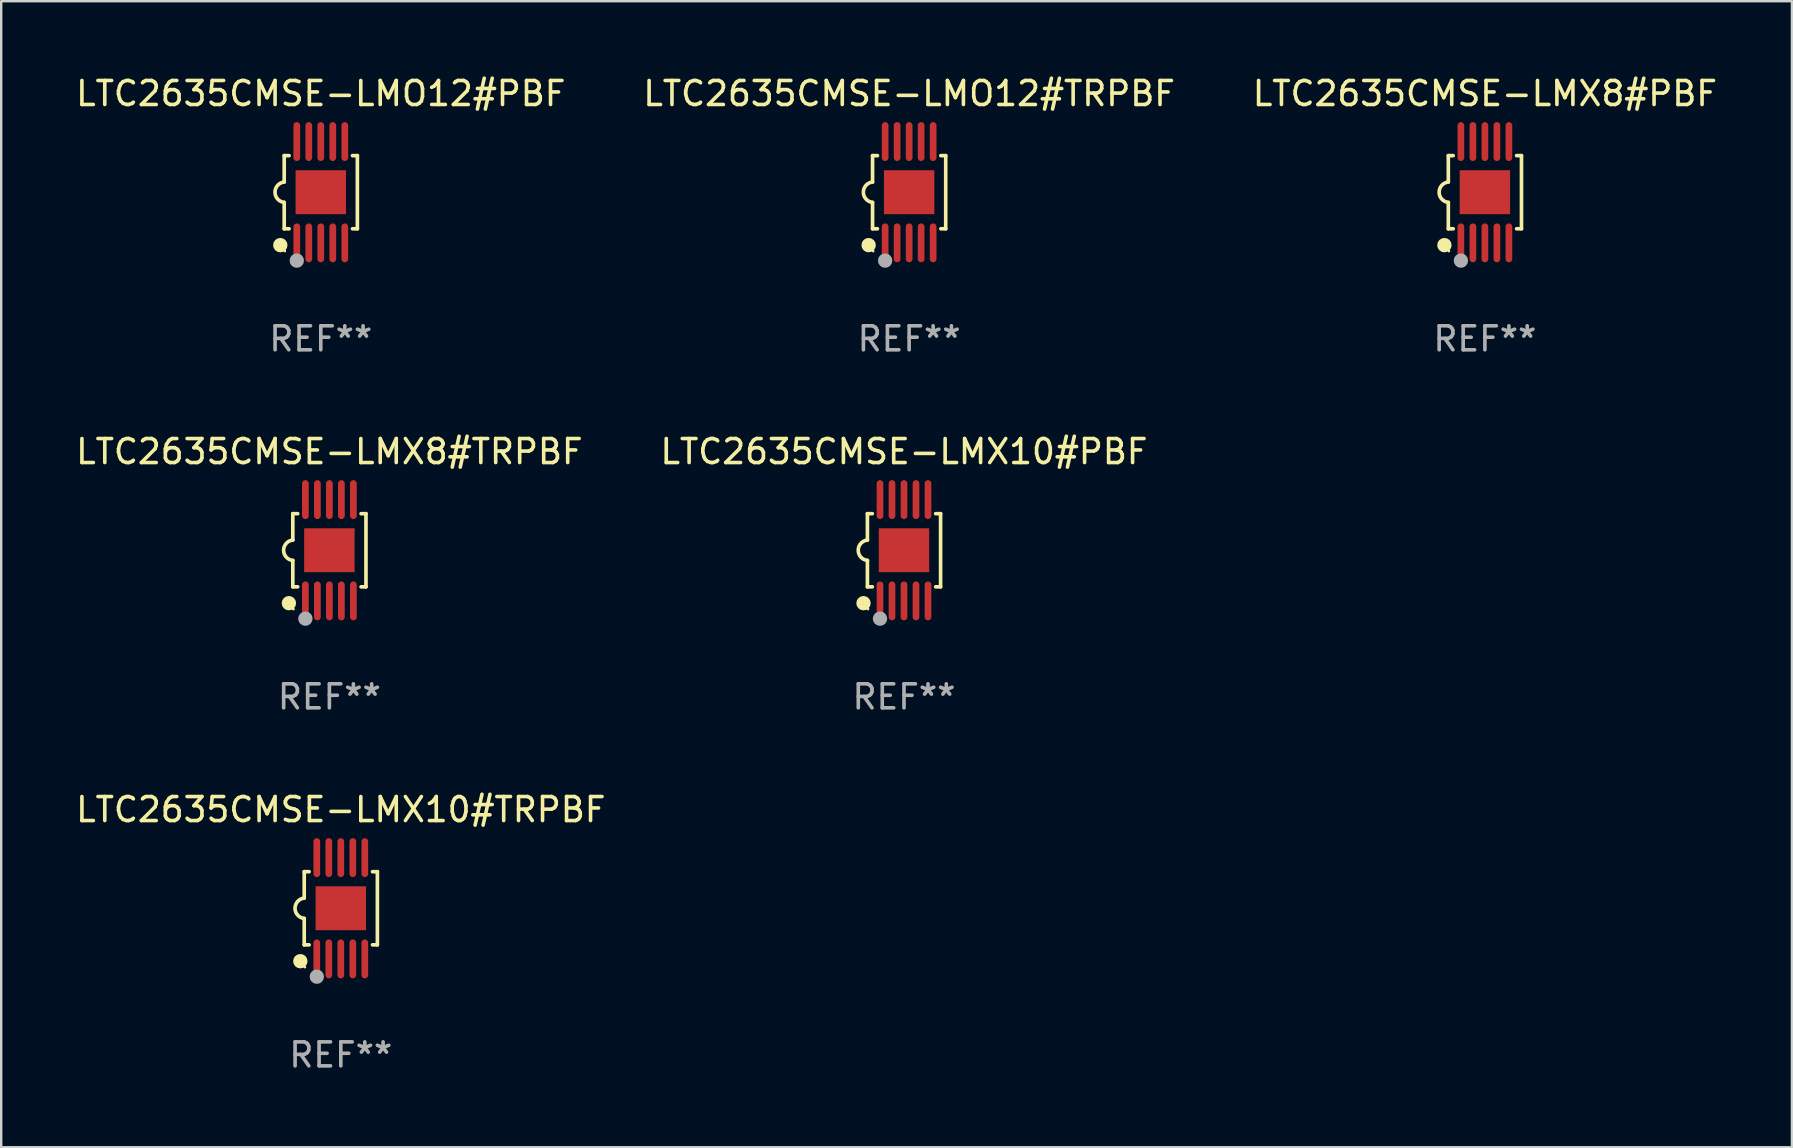
<source format=kicad_pcb>
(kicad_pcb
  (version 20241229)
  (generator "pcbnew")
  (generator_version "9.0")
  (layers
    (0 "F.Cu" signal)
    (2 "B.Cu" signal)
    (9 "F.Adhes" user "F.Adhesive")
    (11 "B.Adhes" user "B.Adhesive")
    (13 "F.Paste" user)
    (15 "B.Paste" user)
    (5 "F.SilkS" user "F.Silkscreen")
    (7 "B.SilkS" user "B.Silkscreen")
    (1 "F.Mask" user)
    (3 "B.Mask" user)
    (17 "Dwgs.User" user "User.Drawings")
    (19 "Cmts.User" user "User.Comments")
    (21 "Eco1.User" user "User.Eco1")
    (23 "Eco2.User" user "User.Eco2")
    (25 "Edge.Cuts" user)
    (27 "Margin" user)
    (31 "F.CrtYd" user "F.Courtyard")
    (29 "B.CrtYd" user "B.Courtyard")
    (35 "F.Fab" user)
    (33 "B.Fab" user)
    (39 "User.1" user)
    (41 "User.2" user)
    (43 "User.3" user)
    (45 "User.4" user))
  (footprint "LTC2635CMSE-LMX8#TRPBF"
    (layer "F.Cu")
    (at 10.673 19.875)
    (property "Reference" "LTC2635CMSE-LMX8#TRPBF" (at 0 -4.11 0) (layer "F.SilkS") (effects (font (size 1 1) (thickness 0.15))))
    (attr through_hole)
    (fp_line (start -1.524 -1.524) (end -1.524 -0.424) (stroke (width 0.152) (type solid)) (layer "F.SilkS"))
    (fp_line (start -1.524 1.524) (end -1.524 0.424) (stroke (width 0.152) (type solid)) (layer "F.SilkS"))
    (fp_line (start -1.524 1.524) (end -1.32 1.524) (stroke (width 0.152) (type solid)) (layer "F.SilkS"))
    (fp_line (start -1.32 -1.524) (end -1.524 -1.524) (stroke (width 0.152) (type solid)) (layer "F.SilkS"))
    (fp_line (start 1.32 1.524) (end 1.524 1.524) (stroke (width 0.152) (type solid)) (layer "F.SilkS"))
    (fp_line (start 1.524 -1.524) (end 1.32 -1.524) (stroke (width 0.152) (type solid)) (layer "F.SilkS"))
    (fp_line (start 1.524 1.524) (end 1.524 -1.524) (stroke (width 0.152) (type solid)) (layer "F.SilkS"))
    (fp_arc (start -1.524003 0.424003) (mid -1.906663 -0.000089) (end -1.524004 -0.424181) (stroke (width 0.151994) (type solid)) (layer "F.SilkS"))
    (fp_circle (center -1.687 2.205) (end -1.537 2.205) (stroke (width 0.3) (type solid)) (fill no) (layer "F.SilkS"))
    (fp_circle (center -1.5 2.45) (end -1.47 2.45) (stroke (width 0.06) (type solid)) (fill no) (layer "F.SilkS"))
    (fp_circle (center -1 2.85) (end -0.85 2.85) (stroke (width 0.3) (type solid)) (fill no) (layer "F.Fab"))
    (fp_text user "REF**" (at 0 6.11 0) (layer "F.Fab") (effects (font (size 1 1) (thickness 0.15))))
    (pad "1" smd oval (at -1 2.11) (size 0.28 1.62) (layers "F.Cu" "F.Mask" "F.Paste"))
    (pad "2" smd oval (at -0.5 2.11) (size 0.28 1.62) (layers "F.Cu" "F.Mask" "F.Paste"))
    (pad "3" smd oval (at 0 2.11) (size 0.28 1.62) (layers "F.Cu" "F.Mask" "F.Paste"))
    (pad "4" smd oval (at 0.5 2.11) (size 0.28 1.62) (layers "F.Cu" "F.Mask" "F.Paste"))
    (pad "5" smd oval (at 1 2.11) (size 0.28 1.62) (layers "F.Cu" "F.Mask" "F.Paste"))
    (pad "6" smd oval (at 1 -2.11) (size 0.28 1.62) (layers "F.Cu" "F.Mask" "F.Paste"))
    (pad "7" smd oval (at 0.5 -2.11) (size 0.28 1.62) (layers "F.Cu" "F.Mask" "F.Paste"))
    (pad "8" smd oval (at 0 -2.11) (size 0.28 1.62) (layers "F.Cu" "F.Mask" "F.Paste"))
    (pad "9" smd oval (at -0.5 -2.11) (size 0.28 1.62) (layers "F.Cu" "F.Mask" "F.Paste"))
    (pad "10" smd oval (at -1 -2.11) (size 0.28 1.62) (layers "F.Cu" "F.Mask" "F.Paste"))
    (pad "11" smd rect (at 0 0) (size 2.1 1.83) (layers "F.Cu" "F.Mask" "F.Paste")))
  (footprint "LTC2635CMSE-LMO12#TRPBF"
    (layer "F.Cu")
    (at 34.827 4.958)
    (property "Reference" "LTC2635CMSE-LMO12#TRPBF" (at 0 -4.11 0) (layer "F.SilkS") (effects (font (size 1 1) (thickness 0.15))))
    (attr through_hole)
    (fp_line (start -1.524 -1.524) (end -1.524 -0.424) (stroke (width 0.152) (type solid)) (layer "F.SilkS"))
    (fp_line (start -1.524 1.524) (end -1.524 0.424) (stroke (width 0.152) (type solid)) (layer "F.SilkS"))
    (fp_line (start -1.524 1.524) (end -1.32 1.524) (stroke (width 0.152) (type solid)) (layer "F.SilkS"))
    (fp_line (start -1.32 -1.524) (end -1.524 -1.524) (stroke (width 0.152) (type solid)) (layer "F.SilkS"))
    (fp_line (start 1.32 1.524) (end 1.524 1.524) (stroke (width 0.152) (type solid)) (layer "F.SilkS"))
    (fp_line (start 1.524 -1.524) (end 1.32 -1.524) (stroke (width 0.152) (type solid)) (layer "F.SilkS"))
    (fp_line (start 1.524 1.524) (end 1.524 -1.524) (stroke (width 0.152) (type solid)) (layer "F.SilkS"))
    (fp_arc (start -1.524003 0.424003) (mid -1.906663 -0.000089) (end -1.524004 -0.424181) (stroke (width 0.151994) (type solid)) (layer "F.SilkS"))
    (fp_circle (center -1.687 2.205) (end -1.537 2.205) (stroke (width 0.3) (type solid)) (fill no) (layer "F.SilkS"))
    (fp_circle (center -1.5 2.45) (end -1.47 2.45) (stroke (width 0.06) (type solid)) (fill no) (layer "F.SilkS"))
    (fp_circle (center -1 2.85) (end -0.85 2.85) (stroke (width 0.3) (type solid)) (fill no) (layer "F.Fab"))
    (fp_text user "REF**" (at 0 6.11 0) (layer "F.Fab") (effects (font (size 1 1) (thickness 0.15))))
    (pad "1" smd oval (at -1 2.11) (size 0.28 1.62) (layers "F.Cu" "F.Mask" "F.Paste"))
    (pad "2" smd oval (at -0.5 2.11) (size 0.28 1.62) (layers "F.Cu" "F.Mask" "F.Paste"))
    (pad "3" smd oval (at 0 2.11) (size 0.28 1.62) (layers "F.Cu" "F.Mask" "F.Paste"))
    (pad "4" smd oval (at 0.5 2.11) (size 0.28 1.62) (layers "F.Cu" "F.Mask" "F.Paste"))
    (pad "5" smd oval (at 1 2.11) (size 0.28 1.62) (layers "F.Cu" "F.Mask" "F.Paste"))
    (pad "6" smd oval (at 1 -2.11) (size 0.28 1.62) (layers "F.Cu" "F.Mask" "F.Paste"))
    (pad "7" smd oval (at 0.5 -2.11) (size 0.28 1.62) (layers "F.Cu" "F.Mask" "F.Paste"))
    (pad "8" smd oval (at 0 -2.11) (size 0.28 1.62) (layers "F.Cu" "F.Mask" "F.Paste"))
    (pad "9" smd oval (at -0.5 -2.11) (size 0.28 1.62) (layers "F.Cu" "F.Mask" "F.Paste"))
    (pad "10" smd oval (at -1 -2.11) (size 0.28 1.62) (layers "F.Cu" "F.Mask" "F.Paste"))
    (pad "11" smd rect (at 0 0) (size 2.1 1.83) (layers "F.Cu" "F.Mask" "F.Paste")))
  (footprint "LTC2635CMSE-LMX8#PBF"
    (layer "F.Cu")
    (at 58.815 4.958)
    (property "Reference" "LTC2635CMSE-LMX8#PBF" (at 0 -4.11 0) (layer "F.SilkS") (effects (font (size 1 1) (thickness 0.15))))
    (attr through_hole)
    (fp_line (start -1.524 -1.524) (end -1.524 -0.424) (stroke (width 0.152) (type solid)) (layer "F.SilkS"))
    (fp_line (start -1.524 1.524) (end -1.524 0.424) (stroke (width 0.152) (type solid)) (layer "F.SilkS"))
    (fp_line (start -1.524 1.524) (end -1.32 1.524) (stroke (width 0.152) (type solid)) (layer "F.SilkS"))
    (fp_line (start -1.32 -1.524) (end -1.524 -1.524) (stroke (width 0.152) (type solid)) (layer "F.SilkS"))
    (fp_line (start 1.32 1.524) (end 1.524 1.524) (stroke (width 0.152) (type solid)) (layer "F.SilkS"))
    (fp_line (start 1.524 -1.524) (end 1.32 -1.524) (stroke (width 0.152) (type solid)) (layer "F.SilkS"))
    (fp_line (start 1.524 1.524) (end 1.524 -1.524) (stroke (width 0.152) (type solid)) (layer "F.SilkS"))
    (fp_arc (start -1.524003 0.424003) (mid -1.906663 -0.000089) (end -1.524004 -0.424181) (stroke (width 0.151994) (type solid)) (layer "F.SilkS"))
    (fp_circle (center -1.687 2.205) (end -1.537 2.205) (stroke (width 0.3) (type solid)) (fill no) (layer "F.SilkS"))
    (fp_circle (center -1.5 2.45) (end -1.47 2.45) (stroke (width 0.06) (type solid)) (fill no) (layer "F.SilkS"))
    (fp_circle (center -1 2.85) (end -0.85 2.85) (stroke (width 0.3) (type solid)) (fill no) (layer "F.Fab"))
    (fp_text user "REF**" (at 0 6.11 0) (layer "F.Fab") (effects (font (size 1 1) (thickness 0.15))))
    (pad "1" smd oval (at -1 2.11) (size 0.28 1.62) (layers "F.Cu" "F.Mask" "F.Paste"))
    (pad "2" smd oval (at -0.5 2.11) (size 0.28 1.62) (layers "F.Cu" "F.Mask" "F.Paste"))
    (pad "3" smd oval (at 0 2.11) (size 0.28 1.62) (layers "F.Cu" "F.Mask" "F.Paste"))
    (pad "4" smd oval (at 0.5 2.11) (size 0.28 1.62) (layers "F.Cu" "F.Mask" "F.Paste"))
    (pad "5" smd oval (at 1 2.11) (size 0.28 1.62) (layers "F.Cu" "F.Mask" "F.Paste"))
    (pad "6" smd oval (at 1 -2.11) (size 0.28 1.62) (layers "F.Cu" "F.Mask" "F.Paste"))
    (pad "7" smd oval (at 0.5 -2.11) (size 0.28 1.62) (layers "F.Cu" "F.Mask" "F.Paste"))
    (pad "8" smd oval (at 0 -2.11) (size 0.28 1.62) (layers "F.Cu" "F.Mask" "F.Paste"))
    (pad "9" smd oval (at -0.5 -2.11) (size 0.28 1.62) (layers "F.Cu" "F.Mask" "F.Paste"))
    (pad "10" smd oval (at -1 -2.11) (size 0.28 1.62) (layers "F.Cu" "F.Mask" "F.Paste"))
    (pad "11" smd rect (at 0 0) (size 2.1 1.83) (layers "F.Cu" "F.Mask" "F.Paste")))
  (footprint "LTC2635CMSE-LMX10#PBF"
    (layer "F.Cu")
    (at 34.613 19.875)
    (property "Reference" "LTC2635CMSE-LMX10#PBF" (at 0 -4.11 0) (layer "F.SilkS") (effects (font (size 1 1) (thickness 0.15))))
    (attr through_hole)
    (fp_line (start -1.524 -1.524) (end -1.524 -0.424) (stroke (width 0.152) (type solid)) (layer "F.SilkS"))
    (fp_line (start -1.524 1.524) (end -1.524 0.424) (stroke (width 0.152) (type solid)) (layer "F.SilkS"))
    (fp_line (start -1.524 1.524) (end -1.32 1.524) (stroke (width 0.152) (type solid)) (layer "F.SilkS"))
    (fp_line (start -1.32 -1.524) (end -1.524 -1.524) (stroke (width 0.152) (type solid)) (layer "F.SilkS"))
    (fp_line (start 1.32 1.524) (end 1.524 1.524) (stroke (width 0.152) (type solid)) (layer "F.SilkS"))
    (fp_line (start 1.524 -1.524) (end 1.32 -1.524) (stroke (width 0.152) (type solid)) (layer "F.SilkS"))
    (fp_line (start 1.524 1.524) (end 1.524 -1.524) (stroke (width 0.152) (type solid)) (layer "F.SilkS"))
    (fp_arc (start -1.524003 0.424003) (mid -1.906663 -0.000089) (end -1.524004 -0.424181) (stroke (width 0.151994) (type solid)) (layer "F.SilkS"))
    (fp_circle (center -1.687 2.205) (end -1.537 2.205) (stroke (width 0.3) (type solid)) (fill no) (layer "F.SilkS"))
    (fp_circle (center -1.5 2.45) (end -1.47 2.45) (stroke (width 0.06) (type solid)) (fill no) (layer "F.SilkS"))
    (fp_circle (center -1 2.85) (end -0.85 2.85) (stroke (width 0.3) (type solid)) (fill no) (layer "F.Fab"))
    (fp_text user "REF**" (at 0 6.11 0) (layer "F.Fab") (effects (font (size 1 1) (thickness 0.15))))
    (pad "1" smd oval (at -1 2.11) (size 0.28 1.62) (layers "F.Cu" "F.Mask" "F.Paste"))
    (pad "2" smd oval (at -0.5 2.11) (size 0.28 1.62) (layers "F.Cu" "F.Mask" "F.Paste"))
    (pad "3" smd oval (at 0 2.11) (size 0.28 1.62) (layers "F.Cu" "F.Mask" "F.Paste"))
    (pad "4" smd oval (at 0.5 2.11) (size 0.28 1.62) (layers "F.Cu" "F.Mask" "F.Paste"))
    (pad "5" smd oval (at 1 2.11) (size 0.28 1.62) (layers "F.Cu" "F.Mask" "F.Paste"))
    (pad "6" smd oval (at 1 -2.11) (size 0.28 1.62) (layers "F.Cu" "F.Mask" "F.Paste"))
    (pad "7" smd oval (at 0.5 -2.11) (size 0.28 1.62) (layers "F.Cu" "F.Mask" "F.Paste"))
    (pad "8" smd oval (at 0 -2.11) (size 0.28 1.62) (layers "F.Cu" "F.Mask" "F.Paste"))
    (pad "9" smd oval (at -0.5 -2.11) (size 0.28 1.62) (layers "F.Cu" "F.Mask" "F.Paste"))
    (pad "10" smd oval (at -1 -2.11) (size 0.28 1.62) (layers "F.Cu" "F.Mask" "F.Paste"))
    (pad "11" smd rect (at 0 0) (size 2.1 1.83) (layers "F.Cu" "F.Mask" "F.Paste")))
  (footprint "LTC2635CMSE-LMX10#TRPBF"
    (layer "F.Cu")
    (at 11.149 34.791)
    (property "Reference" "LTC2635CMSE-LMX10#TRPBF" (at 0 -4.11 0) (layer "F.SilkS") (effects (font (size 1 1) (thickness 0.15))))
    (attr through_hole)
    (fp_line (start -1.524 -1.524) (end -1.524 -0.424) (stroke (width 0.152) (type solid)) (layer "F.SilkS"))
    (fp_line (start -1.524 1.524) (end -1.524 0.424) (stroke (width 0.152) (type solid)) (layer "F.SilkS"))
    (fp_line (start -1.524 1.524) (end -1.32 1.524) (stroke (width 0.152) (type solid)) (layer "F.SilkS"))
    (fp_line (start -1.32 -1.524) (end -1.524 -1.524) (stroke (width 0.152) (type solid)) (layer "F.SilkS"))
    (fp_line (start 1.32 1.524) (end 1.524 1.524) (stroke (width 0.152) (type solid)) (layer "F.SilkS"))
    (fp_line (start 1.524 -1.524) (end 1.32 -1.524) (stroke (width 0.152) (type solid)) (layer "F.SilkS"))
    (fp_line (start 1.524 1.524) (end 1.524 -1.524) (stroke (width 0.152) (type solid)) (layer "F.SilkS"))
    (fp_arc (start -1.524003 0.424003) (mid -1.906663 -0.000089) (end -1.524004 -0.424181) (stroke (width 0.151994) (type solid)) (layer "F.SilkS"))
    (fp_circle (center -1.687 2.205) (end -1.537 2.205) (stroke (width 0.3) (type solid)) (fill no) (layer "F.SilkS"))
    (fp_circle (center -1.5 2.45) (end -1.47 2.45) (stroke (width 0.06) (type solid)) (fill no) (layer "F.SilkS"))
    (fp_circle (center -1 2.85) (end -0.85 2.85) (stroke (width 0.3) (type solid)) (fill no) (layer "F.Fab"))
    (fp_text user "REF**" (at 0 6.11 0) (layer "F.Fab") (effects (font (size 1 1) (thickness 0.15))))
    (pad "1" smd oval (at -1 2.11) (size 0.28 1.62) (layers "F.Cu" "F.Mask" "F.Paste"))
    (pad "2" smd oval (at -0.5 2.11) (size 0.28 1.62) (layers "F.Cu" "F.Mask" "F.Paste"))
    (pad "3" smd oval (at 0 2.11) (size 0.28 1.62) (layers "F.Cu" "F.Mask" "F.Paste"))
    (pad "4" smd oval (at 0.5 2.11) (size 0.28 1.62) (layers "F.Cu" "F.Mask" "F.Paste"))
    (pad "5" smd oval (at 1 2.11) (size 0.28 1.62) (layers "F.Cu" "F.Mask" "F.Paste"))
    (pad "6" smd oval (at 1 -2.11) (size 0.28 1.62) (layers "F.Cu" "F.Mask" "F.Paste"))
    (pad "7" smd oval (at 0.5 -2.11) (size 0.28 1.62) (layers "F.Cu" "F.Mask" "F.Paste"))
    (pad "8" smd oval (at 0 -2.11) (size 0.28 1.62) (layers "F.Cu" "F.Mask" "F.Paste"))
    (pad "9" smd oval (at -0.5 -2.11) (size 0.28 1.62) (layers "F.Cu" "F.Mask" "F.Paste"))
    (pad "10" smd oval (at -1 -2.11) (size 0.28 1.62) (layers "F.Cu" "F.Mask" "F.Paste"))
    (pad "11" smd rect (at 0 0) (size 2.1 1.83) (layers "F.Cu" "F.Mask" "F.Paste")))
  (footprint "LTC2635CMSE-LMO12#PBF"
    (layer "F.Cu")
    (at 10.315 4.958)
    (property "Reference" "LTC2635CMSE-LMO12#PBF" (at 0 -4.11 0) (layer "F.SilkS") (effects (font (size 1 1) (thickness 0.15))))
    (attr through_hole)
    (fp_line (start -1.524 -1.524) (end -1.524 -0.424) (stroke (width 0.152) (type solid)) (layer "F.SilkS"))
    (fp_line (start -1.524 1.524) (end -1.524 0.424) (stroke (width 0.152) (type solid)) (layer "F.SilkS"))
    (fp_line (start -1.524 1.524) (end -1.32 1.524) (stroke (width 0.152) (type solid)) (layer "F.SilkS"))
    (fp_line (start -1.32 -1.524) (end -1.524 -1.524) (stroke (width 0.152) (type solid)) (layer "F.SilkS"))
    (fp_line (start 1.32 1.524) (end 1.524 1.524) (stroke (width 0.152) (type solid)) (layer "F.SilkS"))
    (fp_line (start 1.524 -1.524) (end 1.32 -1.524) (stroke (width 0.152) (type solid)) (layer "F.SilkS"))
    (fp_line (start 1.524 1.524) (end 1.524 -1.524) (stroke (width 0.152) (type solid)) (layer "F.SilkS"))
    (fp_arc (start -1.524003 0.424003) (mid -1.906663 -0.000089) (end -1.524004 -0.424181) (stroke (width 0.151994) (type solid)) (layer "F.SilkS"))
    (fp_circle (center -1.687 2.205) (end -1.537 2.205) (stroke (width 0.3) (type solid)) (fill no) (layer "F.SilkS"))
    (fp_circle (center -1.5 2.45) (end -1.47 2.45) (stroke (width 0.06) (type solid)) (fill no) (layer "F.SilkS"))
    (fp_circle (center -1 2.85) (end -0.85 2.85) (stroke (width 0.3) (type solid)) (fill no) (layer "F.Fab"))
    (fp_text user "REF**" (at 0 6.11 0) (layer "F.Fab") (effects (font (size 1 1) (thickness 0.15))))
    (pad "1" smd oval (at -1 2.11) (size 0.28 1.62) (layers "F.Cu" "F.Mask" "F.Paste"))
    (pad "2" smd oval (at -0.5 2.11) (size 0.28 1.62) (layers "F.Cu" "F.Mask" "F.Paste"))
    (pad "3" smd oval (at 0 2.11) (size 0.28 1.62) (layers "F.Cu" "F.Mask" "F.Paste"))
    (pad "4" smd oval (at 0.5 2.11) (size 0.28 1.62) (layers "F.Cu" "F.Mask" "F.Paste"))
    (pad "5" smd oval (at 1 2.11) (size 0.28 1.62) (layers "F.Cu" "F.Mask" "F.Paste"))
    (pad "6" smd oval (at 1 -2.11) (size 0.28 1.62) (layers "F.Cu" "F.Mask" "F.Paste"))
    (pad "7" smd oval (at 0.5 -2.11) (size 0.28 1.62) (layers "F.Cu" "F.Mask" "F.Paste"))
    (pad "8" smd oval (at 0 -2.11) (size 0.28 1.62) (layers "F.Cu" "F.Mask" "F.Paste"))
    (pad "9" smd oval (at -0.5 -2.11) (size 0.28 1.62) (layers "F.Cu" "F.Mask" "F.Paste"))
    (pad "10" smd oval (at -1 -2.11) (size 0.28 1.62) (layers "F.Cu" "F.Mask" "F.Paste"))
    (pad "11" smd rect (at 0 0) (size 2.1 1.83) (layers "F.Cu" "F.Mask" "F.Paste")))
  (gr_rect
    (start -3 -3)
    (end 71.607 44.749)
    (stroke (width 0.1) (type default))
    (fill no)
    (layer "Edge.Cuts")))
</source>
